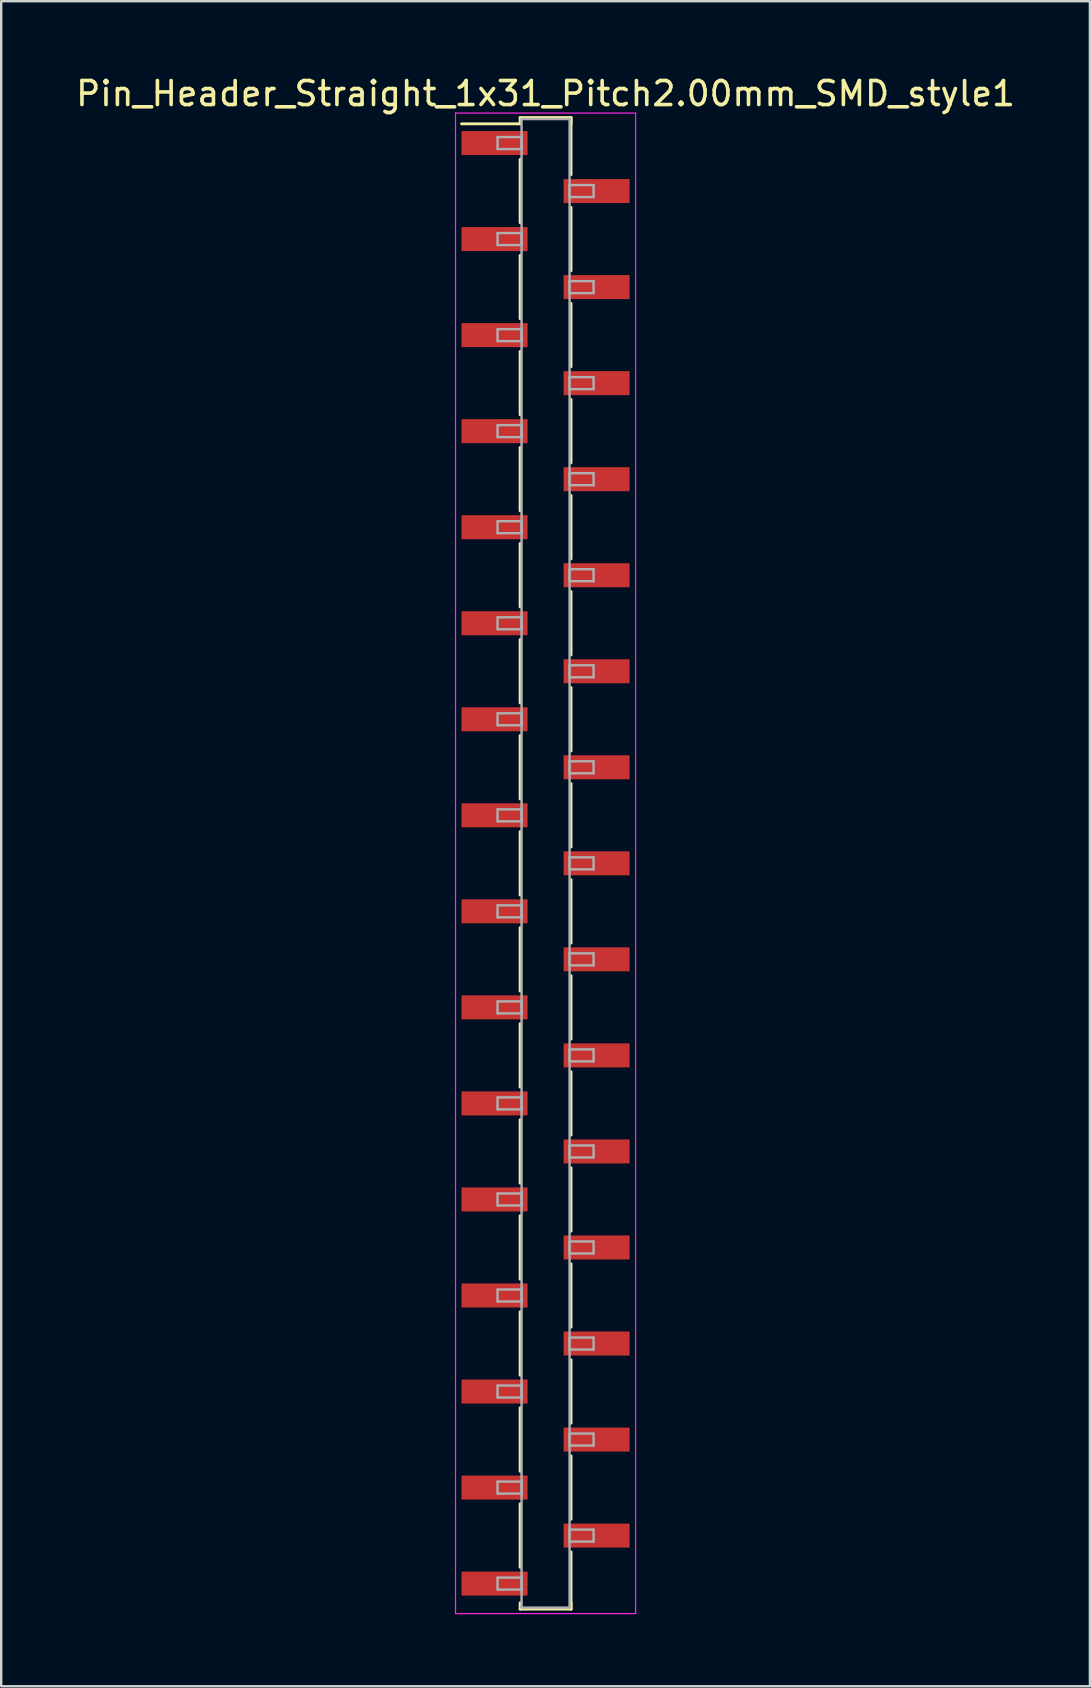
<source format=kicad_pcb>
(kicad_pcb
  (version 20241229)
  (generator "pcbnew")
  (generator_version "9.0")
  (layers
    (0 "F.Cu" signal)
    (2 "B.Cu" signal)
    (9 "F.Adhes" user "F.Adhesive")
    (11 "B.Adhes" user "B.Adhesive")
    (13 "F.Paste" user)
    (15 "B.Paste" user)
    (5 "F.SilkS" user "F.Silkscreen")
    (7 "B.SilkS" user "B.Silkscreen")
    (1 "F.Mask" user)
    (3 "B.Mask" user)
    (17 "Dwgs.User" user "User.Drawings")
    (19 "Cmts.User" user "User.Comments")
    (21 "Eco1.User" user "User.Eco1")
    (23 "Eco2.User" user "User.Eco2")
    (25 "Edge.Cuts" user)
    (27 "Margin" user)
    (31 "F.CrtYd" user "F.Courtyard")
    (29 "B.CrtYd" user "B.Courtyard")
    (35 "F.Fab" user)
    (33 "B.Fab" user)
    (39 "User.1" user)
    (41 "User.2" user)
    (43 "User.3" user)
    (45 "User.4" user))
  (footprint "Pin_Header_Straight_1x31_Pitch2.00mm_SMD_style1"
    (layer "F.Cu")
    (at 19.673 32.908)
    (property "Reference" "Pin_Header_Straight_1x31_Pitch2.00mm_SMD_style1" (at 0 -32.06 0) (layer "F.SilkS") (effects (font (size 1 1) (thickness 0.15))))
    (attr smd)
    (fp_line (start -1.06 -31.06) (end 1.06 -31.06) (stroke (width 0.12) (type solid)) (layer "F.SilkS"))
    (fp_line (start -1.06 -30.8) (end -3.5 -30.8) (stroke (width 0.12) (type solid)) (layer "F.SilkS"))
    (fp_line (start -1.06 -30.8) (end -1.06 -31.06) (stroke (width 0.12) (type solid)) (layer "F.SilkS"))
    (fp_line (start -1.06 -29.32) (end -1.06 -26.68) (stroke (width 0.12) (type solid)) (layer "F.SilkS"))
    (fp_line (start -1.06 -25.32) (end -1.06 -22.68) (stroke (width 0.12) (type solid)) (layer "F.SilkS"))
    (fp_line (start -1.06 -21.32) (end -1.06 -18.68) (stroke (width 0.12) (type solid)) (layer "F.SilkS"))
    (fp_line (start -1.06 -17.32) (end -1.06 -14.68) (stroke (width 0.12) (type solid)) (layer "F.SilkS"))
    (fp_line (start -1.06 -13.32) (end -1.06 -10.68) (stroke (width 0.12) (type solid)) (layer "F.SilkS"))
    (fp_line (start -1.06 -9.32) (end -1.06 -6.68) (stroke (width 0.12) (type solid)) (layer "F.SilkS"))
    (fp_line (start -1.06 -5.32) (end -1.06 -2.68) (stroke (width 0.12) (type solid)) (layer "F.SilkS"))
    (fp_line (start -1.06 -1.32) (end -1.06 1.32) (stroke (width 0.12) (type solid)) (layer "F.SilkS"))
    (fp_line (start -1.06 2.68) (end -1.06 5.32) (stroke (width 0.12) (type solid)) (layer "F.SilkS"))
    (fp_line (start -1.06 6.68) (end -1.06 9.32) (stroke (width 0.12) (type solid)) (layer "F.SilkS"))
    (fp_line (start -1.06 10.68) (end -1.06 13.32) (stroke (width 0.12) (type solid)) (layer "F.SilkS"))
    (fp_line (start -1.06 14.68) (end -1.06 17.32) (stroke (width 0.12) (type solid)) (layer "F.SilkS"))
    (fp_line (start -1.06 18.68) (end -1.06 21.32) (stroke (width 0.12) (type solid)) (layer "F.SilkS"))
    (fp_line (start -1.06 22.68) (end -1.06 25.32) (stroke (width 0.12) (type solid)) (layer "F.SilkS"))
    (fp_line (start -1.06 26.68) (end -1.06 29.32) (stroke (width 0.12) (type solid)) (layer "F.SilkS"))
    (fp_line (start -1.06 30.8) (end -1.06 31.06) (stroke (width 0.12) (type solid)) (layer "F.SilkS"))
    (fp_line (start -1.06 31.06) (end 1.06 31.06) (stroke (width 0.12) (type solid)) (layer "F.SilkS"))
    (fp_line (start 1.06 -31.06) (end 1.06 -30.8) (stroke (width 0.12) (type solid)) (layer "F.SilkS"))
    (fp_line (start 1.06 -31.06) (end 1.06 -28.68) (stroke (width 0.12) (type solid)) (layer "F.SilkS"))
    (fp_line (start 1.06 -27.32) (end 1.06 -24.68) (stroke (width 0.12) (type solid)) (layer "F.SilkS"))
    (fp_line (start 1.06 -23.32) (end 1.06 -20.68) (stroke (width 0.12) (type solid)) (layer "F.SilkS"))
    (fp_line (start 1.06 -19.32) (end 1.06 -16.68) (stroke (width 0.12) (type solid)) (layer "F.SilkS"))
    (fp_line (start 1.06 -15.32) (end 1.06 -12.68) (stroke (width 0.12) (type solid)) (layer "F.SilkS"))
    (fp_line (start 1.06 -11.32) (end 1.06 -8.68) (stroke (width 0.12) (type solid)) (layer "F.SilkS"))
    (fp_line (start 1.06 -7.32) (end 1.06 -4.68) (stroke (width 0.12) (type solid)) (layer "F.SilkS"))
    (fp_line (start 1.06 -3.32) (end 1.06 -0.68) (stroke (width 0.12) (type solid)) (layer "F.SilkS"))
    (fp_line (start 1.06 0.68) (end 1.06 3.32) (stroke (width 0.12) (type solid)) (layer "F.SilkS"))
    (fp_line (start 1.06 4.68) (end 1.06 7.32) (stroke (width 0.12) (type solid)) (layer "F.SilkS"))
    (fp_line (start 1.06 8.68) (end 1.06 11.32) (stroke (width 0.12) (type solid)) (layer "F.SilkS"))
    (fp_line (start 1.06 12.68) (end 1.06 15.32) (stroke (width 0.12) (type solid)) (layer "F.SilkS"))
    (fp_line (start 1.06 16.68) (end 1.06 19.32) (stroke (width 0.12) (type solid)) (layer "F.SilkS"))
    (fp_line (start 1.06 20.68) (end 1.06 23.32) (stroke (width 0.12) (type solid)) (layer "F.SilkS"))
    (fp_line (start 1.06 24.68) (end 1.06 27.32) (stroke (width 0.12) (type solid)) (layer "F.SilkS"))
    (fp_line (start 1.06 28.68) (end 1.06 31.06) (stroke (width 0.12) (type solid)) (layer "F.SilkS"))
    (fp_line (start 1.06 31.06) (end 1.06 30.8) (stroke (width 0.12) (type solid)) (layer "F.SilkS"))
    (fp_line (start -3.75 -31.25) (end -3.75 31.25) (stroke (width 0.05) (type solid)) (layer "F.CrtYd"))
    (fp_line (start -3.75 31.25) (end 3.75 31.25) (stroke (width 0.05) (type solid)) (layer "F.CrtYd"))
    (fp_line (start 3.75 -31.25) (end -3.75 -31.25) (stroke (width 0.05) (type solid)) (layer "F.CrtYd"))
    (fp_line (start 3.75 31.25) (end 3.75 -31.25) (stroke (width 0.05) (type solid)) (layer "F.CrtYd"))
    (fp_line (start -2 -30.25) (end -1 -30.25) (stroke (width 0.1) (type solid)) (layer "F.Fab"))
    (fp_line (start -2 -29.75) (end -2 -30.25) (stroke (width 0.1) (type solid)) (layer "F.Fab"))
    (fp_line (start -2 -26.25) (end -1 -26.25) (stroke (width 0.1) (type solid)) (layer "F.Fab"))
    (fp_line (start -2 -25.75) (end -2 -26.25) (stroke (width 0.1) (type solid)) (layer "F.Fab"))
    (fp_line (start -2 -22.25) (end -1 -22.25) (stroke (width 0.1) (type solid)) (layer "F.Fab"))
    (fp_line (start -2 -21.75) (end -2 -22.25) (stroke (width 0.1) (type solid)) (layer "F.Fab"))
    (fp_line (start -2 -18.25) (end -1 -18.25) (stroke (width 0.1) (type solid)) (layer "F.Fab"))
    (fp_line (start -2 -17.75) (end -2 -18.25) (stroke (width 0.1) (type solid)) (layer "F.Fab"))
    (fp_line (start -2 -14.25) (end -1 -14.25) (stroke (width 0.1) (type solid)) (layer "F.Fab"))
    (fp_line (start -2 -13.75) (end -2 -14.25) (stroke (width 0.1) (type solid)) (layer "F.Fab"))
    (fp_line (start -2 -10.25) (end -1 -10.25) (stroke (width 0.1) (type solid)) (layer "F.Fab"))
    (fp_line (start -2 -9.75) (end -2 -10.25) (stroke (width 0.1) (type solid)) (layer "F.Fab"))
    (fp_line (start -2 -6.25) (end -1 -6.25) (stroke (width 0.1) (type solid)) (layer "F.Fab"))
    (fp_line (start -2 -5.75) (end -2 -6.25) (stroke (width 0.1) (type solid)) (layer "F.Fab"))
    (fp_line (start -2 -2.25) (end -1 -2.25) (stroke (width 0.1) (type solid)) (layer "F.Fab"))
    (fp_line (start -2 -1.75) (end -2 -2.25) (stroke (width 0.1) (type solid)) (layer "F.Fab"))
    (fp_line (start -2 1.75) (end -1 1.75) (stroke (width 0.1) (type solid)) (layer "F.Fab"))
    (fp_line (start -2 2.25) (end -2 1.75) (stroke (width 0.1) (type solid)) (layer "F.Fab"))
    (fp_line (start -2 5.75) (end -1 5.75) (stroke (width 0.1) (type solid)) (layer "F.Fab"))
    (fp_line (start -2 6.25) (end -2 5.75) (stroke (width 0.1) (type solid)) (layer "F.Fab"))
    (fp_line (start -2 9.75) (end -1 9.75) (stroke (width 0.1) (type solid)) (layer "F.Fab"))
    (fp_line (start -2 10.25) (end -2 9.75) (stroke (width 0.1) (type solid)) (layer "F.Fab"))
    (fp_line (start -2 13.75) (end -1 13.75) (stroke (width 0.1) (type solid)) (layer "F.Fab"))
    (fp_line (start -2 14.25) (end -2 13.75) (stroke (width 0.1) (type solid)) (layer "F.Fab"))
    (fp_line (start -2 17.75) (end -1 17.75) (stroke (width 0.1) (type solid)) (layer "F.Fab"))
    (fp_line (start -2 18.25) (end -2 17.75) (stroke (width 0.1) (type solid)) (layer "F.Fab"))
    (fp_line (start -2 21.75) (end -1 21.75) (stroke (width 0.1) (type solid)) (layer "F.Fab"))
    (fp_line (start -2 22.25) (end -2 21.75) (stroke (width 0.1) (type solid)) (layer "F.Fab"))
    (fp_line (start -2 25.75) (end -1 25.75) (stroke (width 0.1) (type solid)) (layer "F.Fab"))
    (fp_line (start -2 26.25) (end -2 25.75) (stroke (width 0.1) (type solid)) (layer "F.Fab"))
    (fp_line (start -2 29.75) (end -1 29.75) (stroke (width 0.1) (type solid)) (layer "F.Fab"))
    (fp_line (start -2 30.25) (end -2 29.75) (stroke (width 0.1) (type solid)) (layer "F.Fab"))
    (fp_line (start -1 -31) (end -1 31) (stroke (width 0.1) (type solid)) (layer "F.Fab"))
    (fp_line (start -1 -30.25) (end -1 -29.75) (stroke (width 0.1) (type solid)) (layer "F.Fab"))
    (fp_line (start -1 -29.75) (end -2 -29.75) (stroke (width 0.1) (type solid)) (layer "F.Fab"))
    (fp_line (start -1 -26.25) (end -1 -25.75) (stroke (width 0.1) (type solid)) (layer "F.Fab"))
    (fp_line (start -1 -25.75) (end -2 -25.75) (stroke (width 0.1) (type solid)) (layer "F.Fab"))
    (fp_line (start -1 -22.25) (end -1 -21.75) (stroke (width 0.1) (type solid)) (layer "F.Fab"))
    (fp_line (start -1 -21.75) (end -2 -21.75) (stroke (width 0.1) (type solid)) (layer "F.Fab"))
    (fp_line (start -1 -18.25) (end -1 -17.75) (stroke (width 0.1) (type solid)) (layer "F.Fab"))
    (fp_line (start -1 -17.75) (end -2 -17.75) (stroke (width 0.1) (type solid)) (layer "F.Fab"))
    (fp_line (start -1 -14.25) (end -1 -13.75) (stroke (width 0.1) (type solid)) (layer "F.Fab"))
    (fp_line (start -1 -13.75) (end -2 -13.75) (stroke (width 0.1) (type solid)) (layer "F.Fab"))
    (fp_line (start -1 -10.25) (end -1 -9.75) (stroke (width 0.1) (type solid)) (layer "F.Fab"))
    (fp_line (start -1 -9.75) (end -2 -9.75) (stroke (width 0.1) (type solid)) (layer "F.Fab"))
    (fp_line (start -1 -6.25) (end -1 -5.75) (stroke (width 0.1) (type solid)) (layer "F.Fab"))
    (fp_line (start -1 -5.75) (end -2 -5.75) (stroke (width 0.1) (type solid)) (layer "F.Fab"))
    (fp_line (start -1 -2.25) (end -1 -1.75) (stroke (width 0.1) (type solid)) (layer "F.Fab"))
    (fp_line (start -1 -1.75) (end -2 -1.75) (stroke (width 0.1) (type solid)) (layer "F.Fab"))
    (fp_line (start -1 1.75) (end -1 2.25) (stroke (width 0.1) (type solid)) (layer "F.Fab"))
    (fp_line (start -1 2.25) (end -2 2.25) (stroke (width 0.1) (type solid)) (layer "F.Fab"))
    (fp_line (start -1 5.75) (end -1 6.25) (stroke (width 0.1) (type solid)) (layer "F.Fab"))
    (fp_line (start -1 6.25) (end -2 6.25) (stroke (width 0.1) (type solid)) (layer "F.Fab"))
    (fp_line (start -1 9.75) (end -1 10.25) (stroke (width 0.1) (type solid)) (layer "F.Fab"))
    (fp_line (start -1 10.25) (end -2 10.25) (stroke (width 0.1) (type solid)) (layer "F.Fab"))
    (fp_line (start -1 13.75) (end -1 14.25) (stroke (width 0.1) (type solid)) (layer "F.Fab"))
    (fp_line (start -1 14.25) (end -2 14.25) (stroke (width 0.1) (type solid)) (layer "F.Fab"))
    (fp_line (start -1 17.75) (end -1 18.25) (stroke (width 0.1) (type solid)) (layer "F.Fab"))
    (fp_line (start -1 18.25) (end -2 18.25) (stroke (width 0.1) (type solid)) (layer "F.Fab"))
    (fp_line (start -1 21.75) (end -1 22.25) (stroke (width 0.1) (type solid)) (layer "F.Fab"))
    (fp_line (start -1 22.25) (end -2 22.25) (stroke (width 0.1) (type solid)) (layer "F.Fab"))
    (fp_line (start -1 25.75) (end -1 26.25) (stroke (width 0.1) (type solid)) (layer "F.Fab"))
    (fp_line (start -1 26.25) (end -2 26.25) (stroke (width 0.1) (type solid)) (layer "F.Fab"))
    (fp_line (start -1 29.75) (end -1 30.25) (stroke (width 0.1) (type solid)) (layer "F.Fab"))
    (fp_line (start -1 30.25) (end -2 30.25) (stroke (width 0.1) (type solid)) (layer "F.Fab"))
    (fp_line (start -1 31) (end 1 31) (stroke (width 0.1) (type solid)) (layer "F.Fab"))
    (fp_line (start 1 -31) (end -1 -31) (stroke (width 0.1) (type solid)) (layer "F.Fab"))
    (fp_line (start 1 -28.25) (end 1 -27.75) (stroke (width 0.1) (type solid)) (layer "F.Fab"))
    (fp_line (start 1 -27.75) (end 2 -27.75) (stroke (width 0.1) (type solid)) (layer "F.Fab"))
    (fp_line (start 1 -24.25) (end 1 -23.75) (stroke (width 0.1) (type solid)) (layer "F.Fab"))
    (fp_line (start 1 -23.75) (end 2 -23.75) (stroke (width 0.1) (type solid)) (layer "F.Fab"))
    (fp_line (start 1 -20.25) (end 1 -19.75) (stroke (width 0.1) (type solid)) (layer "F.Fab"))
    (fp_line (start 1 -19.75) (end 2 -19.75) (stroke (width 0.1) (type solid)) (layer "F.Fab"))
    (fp_line (start 1 -16.25) (end 1 -15.75) (stroke (width 0.1) (type solid)) (layer "F.Fab"))
    (fp_line (start 1 -15.75) (end 2 -15.75) (stroke (width 0.1) (type solid)) (layer "F.Fab"))
    (fp_line (start 1 -12.25) (end 1 -11.75) (stroke (width 0.1) (type solid)) (layer "F.Fab"))
    (fp_line (start 1 -11.75) (end 2 -11.75) (stroke (width 0.1) (type solid)) (layer "F.Fab"))
    (fp_line (start 1 -8.25) (end 1 -7.75) (stroke (width 0.1) (type solid)) (layer "F.Fab"))
    (fp_line (start 1 -7.75) (end 2 -7.75) (stroke (width 0.1) (type solid)) (layer "F.Fab"))
    (fp_line (start 1 -4.25) (end 1 -3.75) (stroke (width 0.1) (type solid)) (layer "F.Fab"))
    (fp_line (start 1 -3.75) (end 2 -3.75) (stroke (width 0.1) (type solid)) (layer "F.Fab"))
    (fp_line (start 1 -0.25) (end 1 0.25) (stroke (width 0.1) (type solid)) (layer "F.Fab"))
    (fp_line (start 1 0.25) (end 2 0.25) (stroke (width 0.1) (type solid)) (layer "F.Fab"))
    (fp_line (start 1 3.75) (end 1 4.25) (stroke (width 0.1) (type solid)) (layer "F.Fab"))
    (fp_line (start 1 4.25) (end 2 4.25) (stroke (width 0.1) (type solid)) (layer "F.Fab"))
    (fp_line (start 1 7.75) (end 1 8.25) (stroke (width 0.1) (type solid)) (layer "F.Fab"))
    (fp_line (start 1 8.25) (end 2 8.25) (stroke (width 0.1) (type solid)) (layer "F.Fab"))
    (fp_line (start 1 11.75) (end 1 12.25) (stroke (width 0.1) (type solid)) (layer "F.Fab"))
    (fp_line (start 1 12.25) (end 2 12.25) (stroke (width 0.1) (type solid)) (layer "F.Fab"))
    (fp_line (start 1 15.75) (end 1 16.25) (stroke (width 0.1) (type solid)) (layer "F.Fab"))
    (fp_line (start 1 16.25) (end 2 16.25) (stroke (width 0.1) (type solid)) (layer "F.Fab"))
    (fp_line (start 1 19.75) (end 1 20.25) (stroke (width 0.1) (type solid)) (layer "F.Fab"))
    (fp_line (start 1 20.25) (end 2 20.25) (stroke (width 0.1) (type solid)) (layer "F.Fab"))
    (fp_line (start 1 23.75) (end 1 24.25) (stroke (width 0.1) (type solid)) (layer "F.Fab"))
    (fp_line (start 1 24.25) (end 2 24.25) (stroke (width 0.1) (type solid)) (layer "F.Fab"))
    (fp_line (start 1 27.75) (end 1 28.25) (stroke (width 0.1) (type solid)) (layer "F.Fab"))
    (fp_line (start 1 28.25) (end 2 28.25) (stroke (width 0.1) (type solid)) (layer "F.Fab"))
    (fp_line (start 1 31) (end 1 -31) (stroke (width 0.1) (type solid)) (layer "F.Fab"))
    (fp_line (start 2 -28.25) (end 1 -28.25) (stroke (width 0.1) (type solid)) (layer "F.Fab"))
    (fp_line (start 2 -27.75) (end 2 -28.25) (stroke (width 0.1) (type solid)) (layer "F.Fab"))
    (fp_line (start 2 -24.25) (end 1 -24.25) (stroke (width 0.1) (type solid)) (layer "F.Fab"))
    (fp_line (start 2 -23.75) (end 2 -24.25) (stroke (width 0.1) (type solid)) (layer "F.Fab"))
    (fp_line (start 2 -20.25) (end 1 -20.25) (stroke (width 0.1) (type solid)) (layer "F.Fab"))
    (fp_line (start 2 -19.75) (end 2 -20.25) (stroke (width 0.1) (type solid)) (layer "F.Fab"))
    (fp_line (start 2 -16.25) (end 1 -16.25) (stroke (width 0.1) (type solid)) (layer "F.Fab"))
    (fp_line (start 2 -15.75) (end 2 -16.25) (stroke (width 0.1) (type solid)) (layer "F.Fab"))
    (fp_line (start 2 -12.25) (end 1 -12.25) (stroke (width 0.1) (type solid)) (layer "F.Fab"))
    (fp_line (start 2 -11.75) (end 2 -12.25) (stroke (width 0.1) (type solid)) (layer "F.Fab"))
    (fp_line (start 2 -8.25) (end 1 -8.25) (stroke (width 0.1) (type solid)) (layer "F.Fab"))
    (fp_line (start 2 -7.75) (end 2 -8.25) (stroke (width 0.1) (type solid)) (layer "F.Fab"))
    (fp_line (start 2 -4.25) (end 1 -4.25) (stroke (width 0.1) (type solid)) (layer "F.Fab"))
    (fp_line (start 2 -3.75) (end 2 -4.25) (stroke (width 0.1) (type solid)) (layer "F.Fab"))
    (fp_line (start 2 -0.25) (end 1 -0.25) (stroke (width 0.1) (type solid)) (layer "F.Fab"))
    (fp_line (start 2 0.25) (end 2 -0.25) (stroke (width 0.1) (type solid)) (layer "F.Fab"))
    (fp_line (start 2 3.75) (end 1 3.75) (stroke (width 0.1) (type solid)) (layer "F.Fab"))
    (fp_line (start 2 4.25) (end 2 3.75) (stroke (width 0.1) (type solid)) (layer "F.Fab"))
    (fp_line (start 2 7.75) (end 1 7.75) (stroke (width 0.1) (type solid)) (layer "F.Fab"))
    (fp_line (start 2 8.25) (end 2 7.75) (stroke (width 0.1) (type solid)) (layer "F.Fab"))
    (fp_line (start 2 11.75) (end 1 11.75) (stroke (width 0.1) (type solid)) (layer "F.Fab"))
    (fp_line (start 2 12.25) (end 2 11.75) (stroke (width 0.1) (type solid)) (layer "F.Fab"))
    (fp_line (start 2 15.75) (end 1 15.75) (stroke (width 0.1) (type solid)) (layer "F.Fab"))
    (fp_line (start 2 16.25) (end 2 15.75) (stroke (width 0.1) (type solid)) (layer "F.Fab"))
    (fp_line (start 2 19.75) (end 1 19.75) (stroke (width 0.1) (type solid)) (layer "F.Fab"))
    (fp_line (start 2 20.25) (end 2 19.75) (stroke (width 0.1) (type solid)) (layer "F.Fab"))
    (fp_line (start 2 23.75) (end 1 23.75) (stroke (width 0.1) (type solid)) (layer "F.Fab"))
    (fp_line (start 2 24.25) (end 2 23.75) (stroke (width 0.1) (type solid)) (layer "F.Fab"))
    (fp_line (start 2 27.75) (end 1 27.75) (stroke (width 0.1) (type solid)) (layer "F.Fab"))
    (fp_line (start 2 28.25) (end 2 27.75) (stroke (width 0.1) (type solid)) (layer "F.Fab"))
    (pad "1" smd rect (at -2.125 -30) (size 2.75 1) (layers "F.Cu" "F.Mask"))
    (pad "2" smd rect (at 2.125 -28) (size 2.75 1) (layers "F.Cu" "F.Mask"))
    (pad "3" smd rect (at -2.125 -26) (size 2.75 1) (layers "F.Cu" "F.Mask"))
    (pad "4" smd rect (at 2.125 -24) (size 2.75 1) (layers "F.Cu" "F.Mask"))
    (pad "5" smd rect (at -2.125 -22) (size 2.75 1) (layers "F.Cu" "F.Mask"))
    (pad "6" smd rect (at 2.125 -20) (size 2.75 1) (layers "F.Cu" "F.Mask"))
    (pad "7" smd rect (at -2.125 -18) (size 2.75 1) (layers "F.Cu" "F.Mask"))
    (pad "8" smd rect (at 2.125 -16) (size 2.75 1) (layers "F.Cu" "F.Mask"))
    (pad "9" smd rect (at -2.125 -14) (size 2.75 1) (layers "F.Cu" "F.Mask"))
    (pad "10" smd rect (at 2.125 -12) (size 2.75 1) (layers "F.Cu" "F.Mask"))
    (pad "11" smd rect (at -2.125 -10) (size 2.75 1) (layers "F.Cu" "F.Mask"))
    (pad "12" smd rect (at 2.125 -8) (size 2.75 1) (layers "F.Cu" "F.Mask"))
    (pad "13" smd rect (at -2.125 -6) (size 2.75 1) (layers "F.Cu" "F.Mask"))
    (pad "14" smd rect (at 2.125 -4) (size 2.75 1) (layers "F.Cu" "F.Mask"))
    (pad "15" smd rect (at -2.125 -2) (size 2.75 1) (layers "F.Cu" "F.Mask"))
    (pad "16" smd rect (at 2.125 0) (size 2.75 1) (layers "F.Cu" "F.Mask"))
    (pad "17" smd rect (at -2.125 2) (size 2.75 1) (layers "F.Cu" "F.Mask"))
    (pad "18" smd rect (at 2.125 4) (size 2.75 1) (layers "F.Cu" "F.Mask"))
    (pad "19" smd rect (at -2.125 6) (size 2.75 1) (layers "F.Cu" "F.Mask"))
    (pad "20" smd rect (at 2.125 8) (size 2.75 1) (layers "F.Cu" "F.Mask"))
    (pad "21" smd rect (at -2.125 10) (size 2.75 1) (layers "F.Cu" "F.Mask"))
    (pad "22" smd rect (at 2.125 12) (size 2.75 1) (layers "F.Cu" "F.Mask"))
    (pad "23" smd rect (at -2.125 14) (size 2.75 1) (layers "F.Cu" "F.Mask"))
    (pad "24" smd rect (at 2.125 16) (size 2.75 1) (layers "F.Cu" "F.Mask"))
    (pad "25" smd rect (at -2.125 18) (size 2.75 1) (layers "F.Cu" "F.Mask"))
    (pad "26" smd rect (at 2.125 20) (size 2.75 1) (layers "F.Cu" "F.Mask"))
    (pad "27" smd rect (at -2.125 22) (size 2.75 1) (layers "F.Cu" "F.Mask"))
    (pad "28" smd rect (at 2.125 24) (size 2.75 1) (layers "F.Cu" "F.Mask"))
    (pad "29" smd rect (at -2.125 26) (size 2.75 1) (layers "F.Cu" "F.Mask"))
    (pad "30" smd rect (at 2.125 28) (size 2.75 1) (layers "F.Cu" "F.Mask"))
    (pad "31" smd rect (at -2.125 30) (size 2.75 1) (layers "F.Cu" "F.Mask")))
  (gr_rect
    (start -3 -3)
    (end 42.345 67.183)
    (stroke (width 0.1) (type default))
    (fill no)
    (layer "Edge.Cuts")))
</source>
